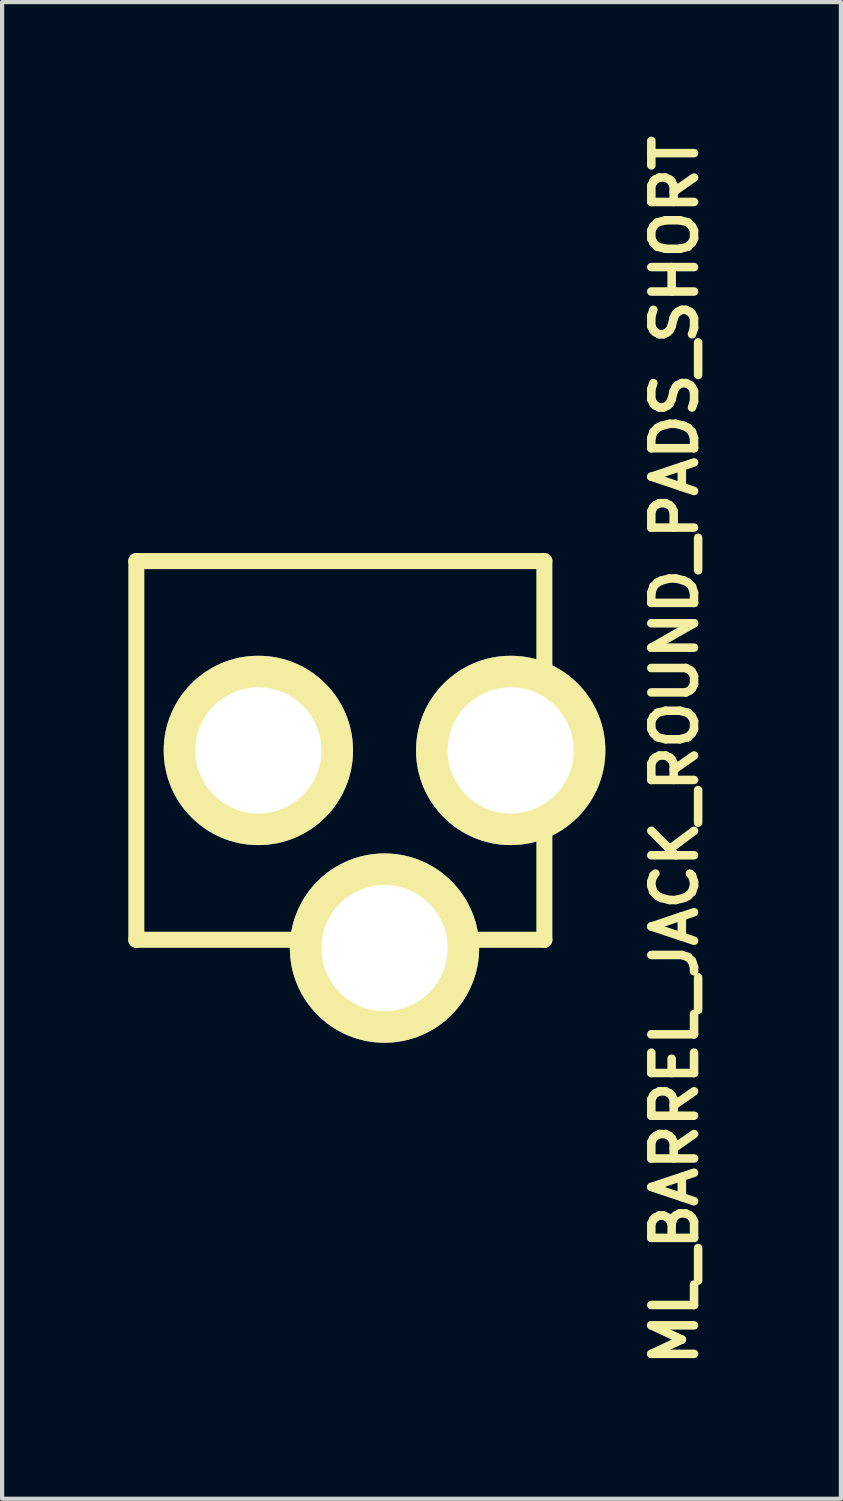
<source format=kicad_pcb>
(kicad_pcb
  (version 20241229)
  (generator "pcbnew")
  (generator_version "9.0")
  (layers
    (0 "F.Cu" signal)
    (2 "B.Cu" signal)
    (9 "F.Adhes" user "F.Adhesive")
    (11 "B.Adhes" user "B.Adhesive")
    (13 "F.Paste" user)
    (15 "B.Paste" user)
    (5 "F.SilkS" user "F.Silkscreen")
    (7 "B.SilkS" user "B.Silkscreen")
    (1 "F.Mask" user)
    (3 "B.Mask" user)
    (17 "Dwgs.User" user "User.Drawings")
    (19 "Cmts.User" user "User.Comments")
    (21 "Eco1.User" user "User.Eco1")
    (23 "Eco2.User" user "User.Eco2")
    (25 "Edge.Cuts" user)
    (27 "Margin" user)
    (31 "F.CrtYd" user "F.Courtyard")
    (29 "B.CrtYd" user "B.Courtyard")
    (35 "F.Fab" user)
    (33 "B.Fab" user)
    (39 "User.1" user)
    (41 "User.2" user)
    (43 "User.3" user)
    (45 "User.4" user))
  (footprint "ML_BARREL_JACK_ROUND_PADS_SHORT"
    (layer "F.Cu")
    (at 2.891 14.79)
    (property "Reference" "ML_BARREL_JACK_ROUND_PADS_SHORT" (at 10.099 0 90) (layer "F.SilkS") (effects (font (size 1.016 1.016) (thickness 0.203))))
    (attr through_hole)
    (fp_line (start -2.701 4.501) (end 7 4.501) (stroke (width 0.381) (type solid)) (layer "F.SilkS"))
    (fp_line (start -2.7 -4.501) (end -2.7 4.501) (stroke (width 0.381) (type solid)) (layer "F.SilkS"))
    (fp_line (start 7 -4.501) (end -2.701 -4.501) (stroke (width 0.381) (type solid)) (layer "F.SilkS"))
    (fp_line (start 7 4.501) (end 7 -4.501) (stroke (width 0.381) (type solid)) (layer "F.SilkS"))
    (pad "1" thru_hole circle (at 6.2 0) (size 4.5 4.5) (drill 3) (layers "*.Cu" "*.Mask" "F.SilkS"))
    (pad "2" thru_hole circle (at 0.201 0) (size 4.5 4.5) (drill 3) (layers "*.Cu" "*.Mask" "F.SilkS"))
    (pad "3" thru_hole circle (at 3.2 4.699) (size 4.5 4.5) (drill 3) (layers "*.Cu" "*.Mask" "F.SilkS")))
  (gr_rect
    (start -3 -3)
    (end 16.941 32.58)
    (stroke (width 0.1) (type default))
    (fill no)
    (layer "Edge.Cuts")))
</source>
